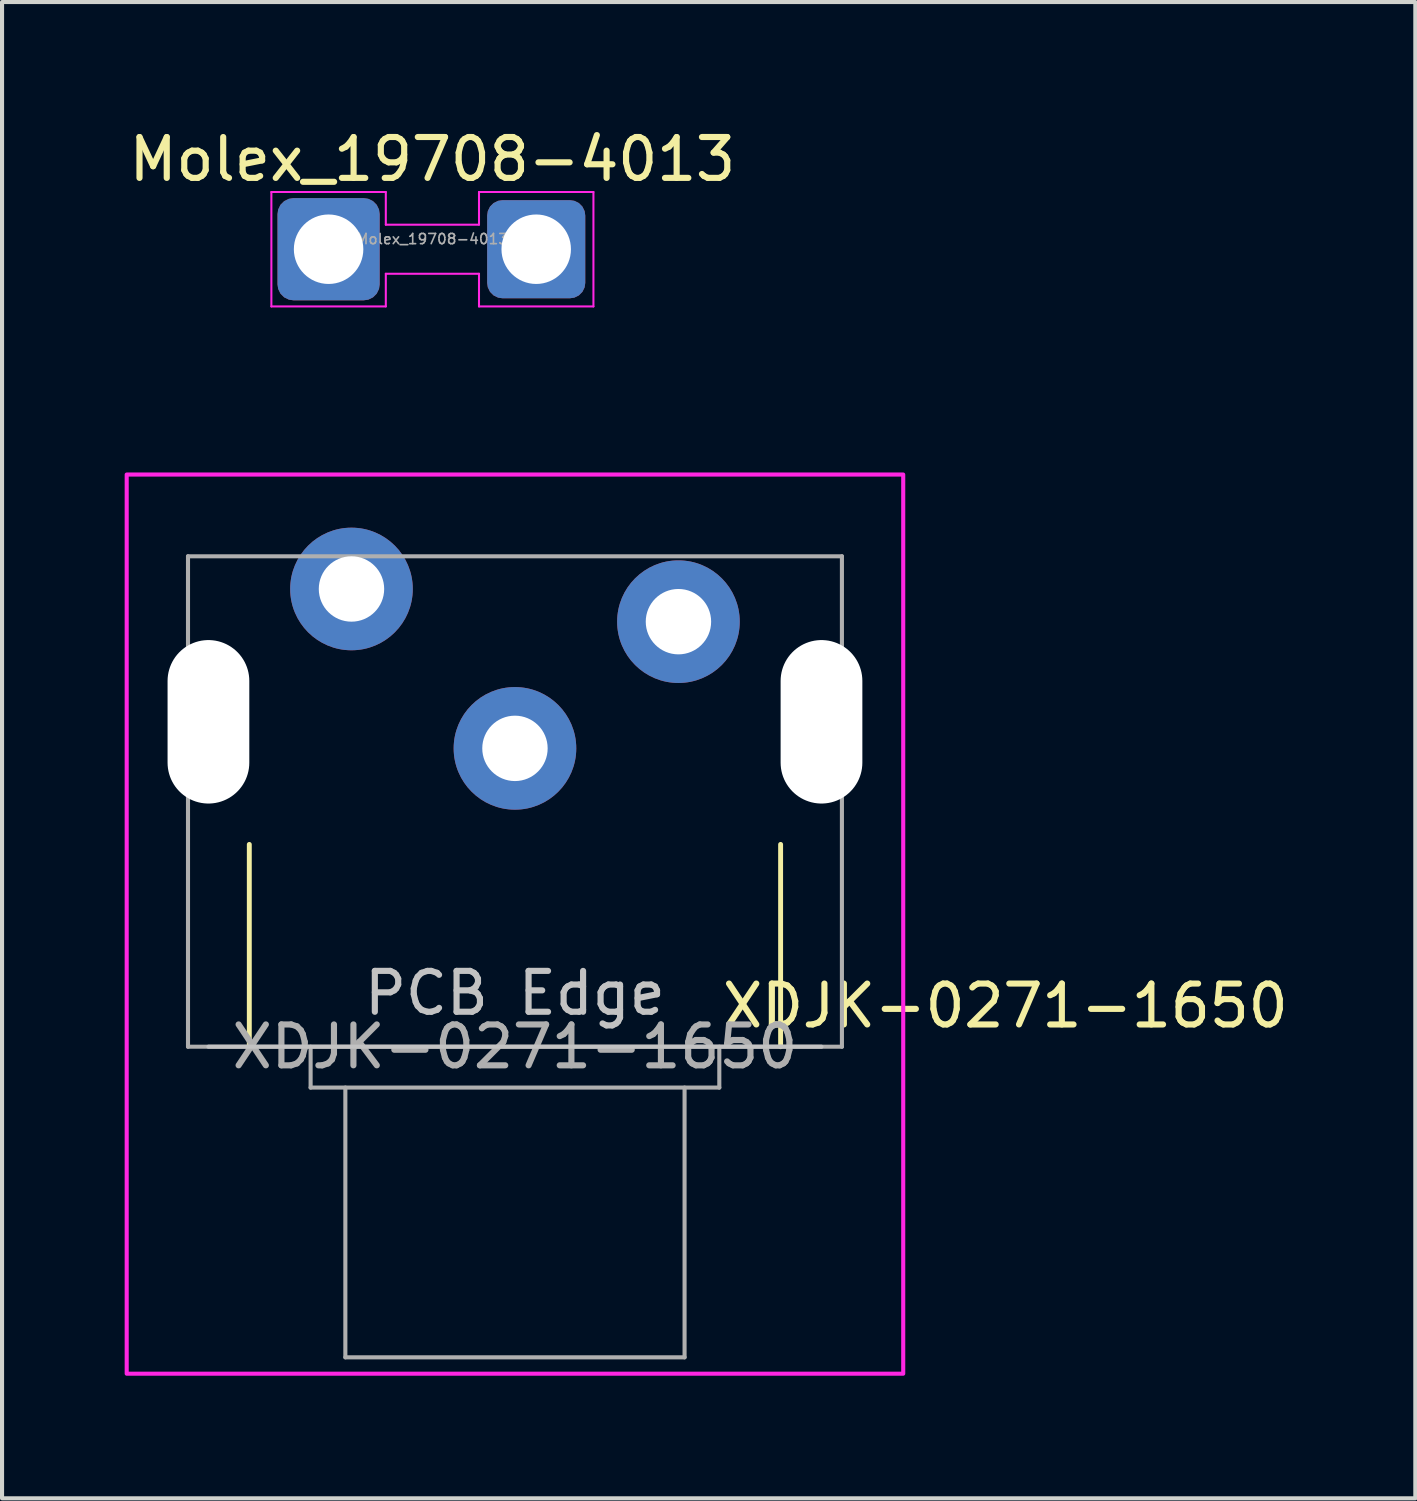
<source format=kicad_pcb>
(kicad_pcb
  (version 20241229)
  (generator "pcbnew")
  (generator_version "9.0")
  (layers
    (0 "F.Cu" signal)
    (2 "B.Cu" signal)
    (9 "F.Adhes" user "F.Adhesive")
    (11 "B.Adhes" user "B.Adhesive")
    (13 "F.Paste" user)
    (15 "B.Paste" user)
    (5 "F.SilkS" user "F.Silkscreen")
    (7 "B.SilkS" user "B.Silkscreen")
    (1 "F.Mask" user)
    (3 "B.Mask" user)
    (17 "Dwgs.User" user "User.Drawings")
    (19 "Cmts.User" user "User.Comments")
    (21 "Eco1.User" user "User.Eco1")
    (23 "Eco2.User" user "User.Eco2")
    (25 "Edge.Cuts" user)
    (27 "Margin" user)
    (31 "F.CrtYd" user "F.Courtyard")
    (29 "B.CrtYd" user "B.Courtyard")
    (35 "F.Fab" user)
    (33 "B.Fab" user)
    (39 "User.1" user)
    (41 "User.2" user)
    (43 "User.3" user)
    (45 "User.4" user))
  (footprint "XDJK-0271-1650"
    (layer "F.Cu")
    (at 9.55 22.561)
    (property "Reference" "XDJK-0271-1650" (at 12 -1 0) (layer "F.SilkS") (effects (font (size 1 1) (thickness 0.15))))
    (attr through_hole)
    (fp_line (start -6.5 -4.95) (end -6.5 0) (stroke (width 0.12) (type solid)) (layer "F.SilkS"))
    (fp_line (start 6.5 -4.95) (end 6.5 0) (stroke (width 0.12) (type solid)) (layer "F.SilkS"))
    (fp_line (start 7.5 0) (end -7.5 0) (stroke (width 0.1) (type solid)) (layer "Dwgs.User"))
    (fp_rect (start -9.5 -14) (end 9.5 8) (stroke (width 0.1) (type default)) (fill no) (layer "F.CrtYd"))
    (fp_line (start -8 -12) (end -8 0) (stroke (width 0.1) (type solid)) (layer "F.Fab"))
    (fp_line (start -8 0) (end 8 0) (stroke (width 0.1) (type solid)) (layer "F.Fab"))
    (fp_line (start -5 1) (end -5 0) (stroke (width 0.1) (type solid)) (layer "F.Fab"))
    (fp_line (start -4.15 1) (end -4.15 7.6) (stroke (width 0.1) (type solid)) (layer "F.Fab"))
    (fp_line (start 4.15 1) (end 4.15 7.6) (stroke (width 0.1) (type solid)) (layer "F.Fab"))
    (fp_line (start 4.15 7.6) (end -4.15 7.6) (stroke (width 0.1) (type solid)) (layer "F.Fab"))
    (fp_line (start 5 0) (end 5 1) (stroke (width 0.1) (type solid)) (layer "F.Fab"))
    (fp_line (start 5 1) (end -5 1) (stroke (width 0.1) (type solid)) (layer "F.Fab"))
    (fp_line (start 8 -12) (end -8 -12) (stroke (width 0.1) (type solid)) (layer "F.Fab"))
    (fp_line (start 8 -12) (end 8 0) (stroke (width 0.1) (type solid)) (layer "F.Fab"))
    (fp_text user "PCB Edge" (at 0 -1.31 180) (layer "Dwgs.User") (effects (font (size 1 1) (thickness 0.15))))
    (fp_text user "${REFERENCE}" (at 0 0 0) (layer "F.Fab") (effects (font (size 1 1) (thickness 0.15))))
    (pad "" np_thru_hole oval (at -7.5 -7.95) (size 2 4) (drill oval 2 4) (layers "*.Cu"))
    (pad "" np_thru_hole oval (at 7.5 -7.95) (size 2 4) (drill oval 2 4) (layers "*.Cu"))
    (pad "1" thru_hole circle (at -4 -11.2) (size 3 3) (drill 1.6) (layers "*.Cu" "*.Mask"))
    (pad "2" thru_hole circle (at 4 -10.4) (size 3 3) (drill 1.6) (layers "*.Cu" "*.Mask"))
    (pad "3" thru_hole circle (at 0 -7.3) (size 3 3) (drill 1.6) (layers "*.Cu" "*.Mask")))
  (footprint "Molex_19708-4013"
    (layer "F.Cu")
    (at 4.99 3.048)
    (property "Reference" "Molex_19708-4013" (at 2.54 -2.2 0) (layer "F.SilkS") (effects (font (size 1 1) (thickness 0.15))))
    (property "Name" "" (at 2.54 2.2 0) (layer "F.SilkS") (effects (font (size 1 1) (thickness 0.15))))
    (attr through_hole)
    (fp_line (start -1.4 -1.4) (end -1.4 1.4) (stroke (width 0.05) (type solid)) (layer "F.CrtYd"))
    (fp_line (start -1.4 1.4) (end 1.4 1.4) (stroke (width 0.05) (type solid)) (layer "F.CrtYd"))
    (fp_line (start 1.4 -1.4) (end -1.4 -1.4) (stroke (width 0.05) (type solid)) (layer "F.CrtYd"))
    (fp_line (start 1.4 -1.4) (end 1.4 -0.6) (stroke (width 0.05) (type solid)) (layer "F.CrtYd"))
    (fp_line (start 1.4 -0.6) (end 3.68 -0.6) (stroke (width 0.05) (type solid)) (layer "F.CrtYd"))
    (fp_line (start 1.4 0.6) (end 3.68 0.6) (stroke (width 0.05) (type solid)) (layer "F.CrtYd"))
    (fp_line (start 1.4 1.4) (end 1.4 0.6) (stroke (width 0.05) (type solid)) (layer "F.CrtYd"))
    (fp_line (start 3.68 -1.4) (end 3.68 -0.6) (stroke (width 0.05) (type solid)) (layer "F.CrtYd"))
    (fp_line (start 3.68 1.4) (end 3.68 0.6) (stroke (width 0.05) (type solid)) (layer "F.CrtYd"))
    (fp_line (start 3.68 1.4) (end 6.48 1.4) (stroke (width 0.05) (type solid)) (layer "F.CrtYd"))
    (fp_line (start 6.48 -1.4) (end 3.68 -1.4) (stroke (width 0.05) (type solid)) (layer "F.CrtYd"))
    (fp_line (start 6.48 1.4) (end 6.48 -1.4) (stroke (width 0.05) (type solid)) (layer "F.CrtYd"))
    (fp_text user "${REFERENCE}" (at 2.54 -0.25 0) (layer "F.Fab") (effects (font (size 0.25 0.25) (thickness 0.04))))
    (pad "1" thru_hole roundrect (at 0 0) (size 2.5 2.5) (drill 1.7) (layers "*.Cu" "*.Mask") (roundrect_rratio 0.156))
    (pad "1" thru_hole roundrect (at 5.08 0) (size 2.4 2.4) (drill 1.7) (layers "*.Cu" "*.Mask") (roundrect_rratio 0.156)))
  (gr_rect
    (start -3 -3)
    (end 31.58 33.611)
    (stroke (width 0.1) (type default))
    (fill no)
    (layer "Edge.Cuts")))
</source>
